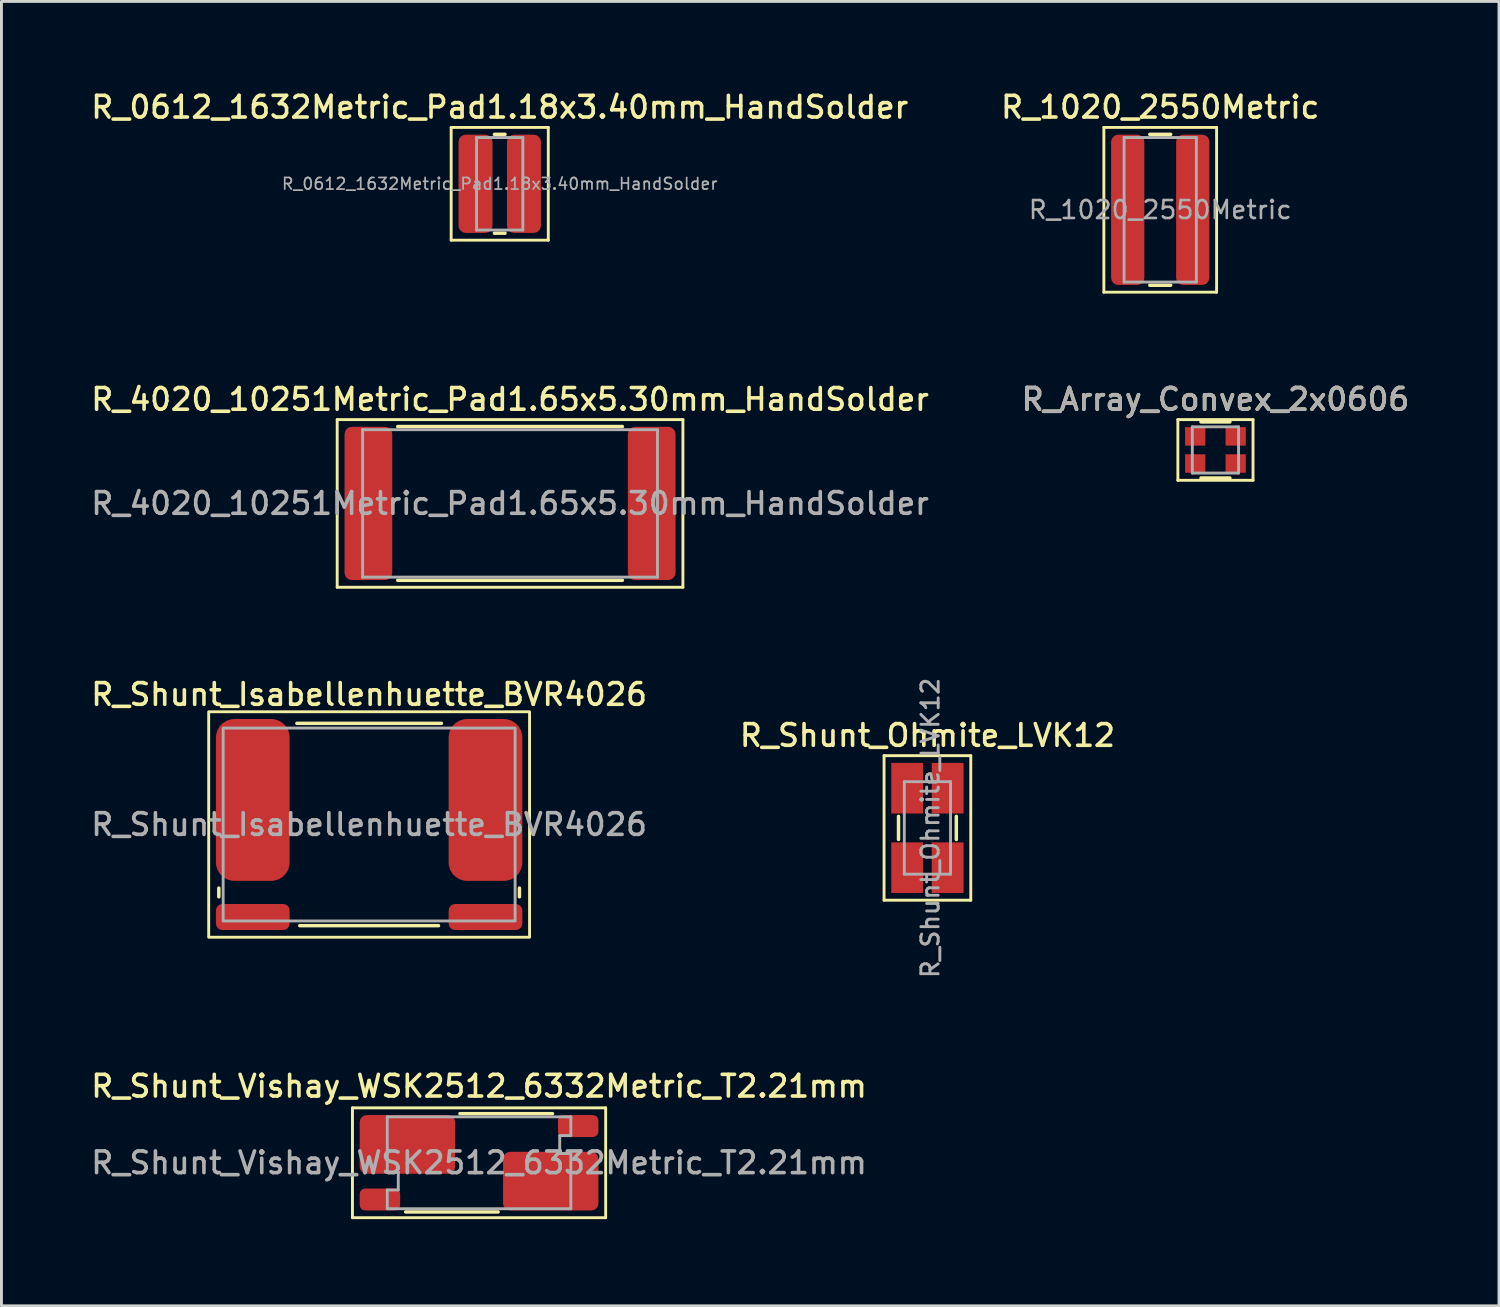
<source format=kicad_pcb>
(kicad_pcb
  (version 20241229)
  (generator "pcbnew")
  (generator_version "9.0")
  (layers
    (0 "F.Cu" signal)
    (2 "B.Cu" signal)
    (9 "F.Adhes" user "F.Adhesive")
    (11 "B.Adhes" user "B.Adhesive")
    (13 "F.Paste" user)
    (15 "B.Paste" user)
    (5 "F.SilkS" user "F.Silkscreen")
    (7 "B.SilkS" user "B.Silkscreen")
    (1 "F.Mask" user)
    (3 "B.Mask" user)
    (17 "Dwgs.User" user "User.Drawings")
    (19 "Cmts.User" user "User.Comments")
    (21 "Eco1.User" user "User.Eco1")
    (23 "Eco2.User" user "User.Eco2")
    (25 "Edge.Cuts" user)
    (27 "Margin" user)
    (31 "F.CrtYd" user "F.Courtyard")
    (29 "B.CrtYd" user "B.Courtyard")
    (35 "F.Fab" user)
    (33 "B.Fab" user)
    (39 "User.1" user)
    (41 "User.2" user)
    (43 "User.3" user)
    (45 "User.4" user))
  (footprint "R_Array_Convex_2x0606"
    (layer "F.Cu")
    (at 38.998 12.516)
    (property "Reference" "R_Array_Convex_2x0606" (at 0 -1.75 0) (layer "F.SilkS") (effects (font (size 0.75 0.75) (thickness 0.125))))
    (attr smd)
    (fp_line (start -1.3 -1.05) (end -1.3 1.05) (stroke (width 0.1) (type solid)) (layer "F.SilkS"))
    (fp_line (start -1.3 -1.05) (end 1.3 -1.05) (stroke (width 0.1) (type solid)) (layer "F.SilkS"))
    (fp_line (start 0.5 -0.97) (end -0.5 -0.97) (stroke (width 0.12) (type solid)) (layer "F.SilkS"))
    (fp_line (start 0.5 0.97) (end -0.5 0.97) (stroke (width 0.12) (type solid)) (layer "F.SilkS"))
    (fp_line (start 1.3 1.05) (end -1.3 1.05) (stroke (width 0.1) (type solid)) (layer "F.SilkS"))
    (fp_line (start 1.3 1.05) (end 1.3 -1.05) (stroke (width 0.1) (type solid)) (layer "F.SilkS"))
    (fp_line (start -0.8 -0.8) (end 0.8 -0.8) (stroke (width 0.1) (type solid)) (layer "F.Fab"))
    (fp_line (start -0.8 0.8) (end -0.8 -0.8) (stroke (width 0.1) (type solid)) (layer "F.Fab"))
    (fp_line (start 0.8 -0.8) (end 0.8 0.8) (stroke (width 0.1) (type solid)) (layer "F.Fab"))
    (fp_line (start 0.8 0.8) (end -0.8 0.8) (stroke (width 0.1) (type solid)) (layer "F.Fab"))
    (fp_text user "${REFERENCE}" (at 0 -1.75 0) (layer "F.Fab") (effects (font (size 0.75 0.75) (thickness 0.125))))
    (pad "1" smd rect (at -0.7 -0.47) (size 0.7 0.64) (layers "F.Cu" "F.Mask" "F.Paste"))
    (pad "2" smd rect (at -0.7 0.47) (size 0.7 0.64) (layers "F.Cu" "F.Mask" "F.Paste"))
    (pad "3" smd rect (at 0.7 0.47) (size 0.7 0.64) (layers "F.Cu" "F.Mask" "F.Paste"))
    (pad "4" smd rect (at 0.7 -0.47) (size 0.7 0.64) (layers "F.Cu" "F.Mask" "F.Paste")))
  (footprint "R_1020_2550Metric"
    (layer "F.Cu")
    (at 37.088 4.208)
    (property "Reference" "R_1020_2550Metric" (at 0 -3.55 0) (layer "F.SilkS") (effects (font (size 0.75 0.75) (thickness 0.125))))
    (attr smd)
    (fp_line (start -1.95 -2.85) (end 1.95 -2.85) (stroke (width 0.1) (type solid)) (layer "F.SilkS"))
    (fp_line (start -1.95 2.85) (end -1.95 -2.85) (stroke (width 0.1) (type solid)) (layer "F.SilkS"))
    (fp_line (start -0.361 -2.61) (end 0.361 -2.61) (stroke (width 0.12) (type solid)) (layer "F.SilkS"))
    (fp_line (start -0.361 2.61) (end 0.361 2.61) (stroke (width 0.12) (type solid)) (layer "F.SilkS"))
    (fp_line (start 1.95 -2.85) (end 1.95 2.85) (stroke (width 0.1) (type solid)) (layer "F.SilkS"))
    (fp_line (start 1.95 2.85) (end -1.95 2.85) (stroke (width 0.1) (type solid)) (layer "F.SilkS"))
    (fp_line (start -1.25 -2.5) (end 1.25 -2.5) (stroke (width 0.1) (type solid)) (layer "F.Fab"))
    (fp_line (start -1.25 2.5) (end -1.25 -2.5) (stroke (width 0.1) (type solid)) (layer "F.Fab"))
    (fp_line (start 1.25 -2.5) (end 1.25 2.5) (stroke (width 0.1) (type solid)) (layer "F.Fab"))
    (fp_line (start 1.25 2.5) (end -1.25 2.5) (stroke (width 0.1) (type solid)) (layer "F.Fab"))
    (fp_text user "${REFERENCE}" (at 0 0 0) (layer "F.Fab") (effects (font (size 0.62 0.62) (thickness 0.09))))
    (pad "1" smd roundrect (at -1.125 0) (size 1.15 5.2) (layers "F.Cu" "F.Mask" "F.Paste") (roundrect_rratio 0.217))
    (pad "2" smd roundrect (at 1.125 0) (size 1.15 5.2) (layers "F.Cu" "F.Mask" "F.Paste") (roundrect_rratio 0.217)))
  (footprint "R_0612_1632Metric_Pad1.18x3.40mm_HandSolder"
    (layer "F.Cu")
    (at 14.238 3.308)
    (property "Reference" "R_0612_1632Metric_Pad1.18x3.40mm_HandSolder" (at 0 -2.65 0) (layer "F.SilkS") (effects (font (size 0.75 0.75) (thickness 0.125))))
    (attr smd)
    (fp_line (start -1.68 -1.95) (end 1.68 -1.95) (stroke (width 0.1) (type solid)) (layer "F.SilkS"))
    (fp_line (start -1.68 1.95) (end -1.68 -1.95) (stroke (width 0.1) (type solid)) (layer "F.SilkS"))
    (fp_line (start -0.183 -1.71) (end 0.183 -1.71) (stroke (width 0.12) (type solid)) (layer "F.SilkS"))
    (fp_line (start -0.183 1.71) (end 0.183 1.71) (stroke (width 0.12) (type solid)) (layer "F.SilkS"))
    (fp_line (start 1.68 -1.95) (end 1.68 1.95) (stroke (width 0.1) (type solid)) (layer "F.SilkS"))
    (fp_line (start 1.68 1.95) (end -1.68 1.95) (stroke (width 0.1) (type solid)) (layer "F.SilkS"))
    (fp_line (start -0.8 -1.6) (end 0.8 -1.6) (stroke (width 0.1) (type solid)) (layer "F.Fab"))
    (fp_line (start -0.8 1.6) (end -0.8 -1.6) (stroke (width 0.1) (type solid)) (layer "F.Fab"))
    (fp_line (start 0.8 -1.6) (end 0.8 1.6) (stroke (width 0.1) (type solid)) (layer "F.Fab"))
    (fp_line (start 0.8 1.6) (end -0.8 1.6) (stroke (width 0.1) (type solid)) (layer "F.Fab"))
    (fp_text user "${REFERENCE}" (at 0 0 0) (layer "F.Fab") (effects (font (size 0.4 0.4) (thickness 0.06))))
    (pad "1" smd roundrect (at -0.838 0) (size 1.175 3.4) (layers "F.Cu" "F.Mask" "F.Paste") (roundrect_rratio 0.213))
    (pad "2" smd roundrect (at 0.838 0) (size 1.175 3.4) (layers "F.Cu" "F.Mask" "F.Paste") (roundrect_rratio 0.213)))
  (footprint "R_Shunt_Ohmite_LVK12"
    (layer "F.Cu")
    (at 29.034 25.592)
    (property "Reference" "R_Shunt_Ohmite_LVK12" (at 0 -3.2 180) (layer "F.SilkS") (effects (font (size 0.75 0.75) (thickness 0.125))))
    (attr smd)
    (fp_line (start -1.5 -2.5) (end 1.5 -2.5) (stroke (width 0.1) (type solid)) (layer "F.SilkS"))
    (fp_line (start -1.5 2.5) (end -1.5 -2.5) (stroke (width 0.1) (type solid)) (layer "F.SilkS"))
    (fp_line (start -1 0.4) (end -1 -0.4) (stroke (width 0.12) (type solid)) (layer "F.SilkS"))
    (fp_line (start 1 -0.4) (end 1 0.4) (stroke (width 0.12) (type solid)) (layer "F.SilkS"))
    (fp_line (start 1.5 -2.5) (end 1.5 2.5) (stroke (width 0.1) (type solid)) (layer "F.SilkS"))
    (fp_line (start 1.5 2.5) (end -1.5 2.5) (stroke (width 0.1) (type solid)) (layer "F.SilkS"))
    (fp_line (start -0.8 -1.6) (end -0.8 1.6) (stroke (width 0.1) (type solid)) (layer "F.Fab"))
    (fp_line (start -0.8 1.6) (end 0.8 1.6) (stroke (width 0.1) (type solid)) (layer "F.Fab"))
    (fp_line (start 0.8 -1.6) (end -0.8 -1.6) (stroke (width 0.1) (type solid)) (layer "F.Fab"))
    (fp_line (start 0.8 1.6) (end 0.8 -1.6) (stroke (width 0.1) (type solid)) (layer "F.Fab"))
    (fp_text user "${REFERENCE}" (at 0.1 0 90) (layer "F.Fab") (effects (font (size 0.6 0.6) (thickness 0.1))))
    (pad "1" smd rect (at -0.7 -1.375) (size 1.1 1.75) (layers "F.Cu" "F.Mask" "F.Paste"))
    (pad "2" smd rect (at 0.7 -1.375) (size 1.1 1.75) (layers "F.Cu" "F.Mask" "F.Paste"))
    (pad "3" smd rect (at 0.7 1.375) (size 1.1 1.75) (layers "F.Cu" "F.Mask" "F.Paste"))
    (pad "4" smd rect (at -0.7 1.375) (size 1.1 1.75) (layers "F.Cu" "F.Mask" "F.Paste")))
  (footprint "R_Shunt_Vishay_WSK2512_6332Metric_T2.21mm"
    (layer "F.Cu")
    (at 13.523 37.176)
    (property "Reference" "R_Shunt_Vishay_WSK2512_6332Metric_T2.21mm" (at 0 -2.65 0) (layer "F.SilkS") (effects (font (size 0.75 0.75) (thickness 0.125))))
    (attr smd)
    (fp_line (start -4.38 -1.9) (end 4.38 -1.9) (stroke (width 0.1) (type solid)) (layer "F.SilkS"))
    (fp_line (start -4.38 1.9) (end -4.38 -1.9) (stroke (width 0.1) (type solid)) (layer "F.SilkS"))
    (fp_line (start -2.54 1.7) (end 0.66 1.7) (stroke (width 0.12) (type solid)) (layer "F.SilkS"))
    (fp_line (start -0.66 -1.7) (end 2.54 -1.7) (stroke (width 0.12) (type solid)) (layer "F.SilkS"))
    (fp_line (start 4.38 -1.9) (end 4.38 1.9) (stroke (width 0.1) (type solid)) (layer "F.SilkS"))
    (fp_line (start 4.38 1.9) (end -4.38 1.9) (stroke (width 0.1) (type solid)) (layer "F.SilkS"))
    (fp_line (start -3.175 -1.59) (end 3.175 -1.59) (stroke (width 0.1) (type solid)) (layer "F.Fab"))
    (fp_line (start -3.175 0.32) (end -3.175 -1.59) (stroke (width 0.1) (type solid)) (layer "F.Fab"))
    (fp_line (start -3.175 0.32) (end -2.795 0.32) (stroke (width 0.1) (type solid)) (layer "F.Fab"))
    (fp_line (start -3.175 0.94) (end -3.175 1.59) (stroke (width 0.1) (type solid)) (layer "F.Fab"))
    (fp_line (start -3.175 0.94) (end -2.795 0.94) (stroke (width 0.1) (type solid)) (layer "F.Fab"))
    (fp_line (start -2.795 0.94) (end -2.795 0.32) (stroke (width 0.1) (type solid)) (layer "F.Fab"))
    (fp_line (start 2.79 -0.94) (end 3.17 -0.94) (stroke (width 0.1) (type solid)) (layer "F.Fab"))
    (fp_line (start 2.79 -0.32) (end 2.79 -0.94) (stroke (width 0.1) (type solid)) (layer "F.Fab"))
    (fp_line (start 2.79 -0.32) (end 3.17 -0.32) (stroke (width 0.1) (type solid)) (layer "F.Fab"))
    (fp_line (start 3.175 -0.94) (end 3.175 -1.59) (stroke (width 0.1) (type solid)) (layer "F.Fab"))
    (fp_line (start 3.175 -0.32) (end 3.175 1.59) (stroke (width 0.1) (type solid)) (layer "F.Fab"))
    (fp_line (start 3.175 1.59) (end -3.175 1.59) (stroke (width 0.1) (type solid)) (layer "F.Fab"))
    (fp_text user "${REFERENCE}" (at 0 0 0) (layer "F.Fab") (effects (font (size 0.75 0.75) (thickness 0.125))))
    (pad "1" smd roundrect (at -2.48 -0.635) (size 3.3 2.03) (layers "F.Cu" "F.Mask" "F.Paste") (roundrect_rratio 0.12))
    (pad "2" smd roundrect (at -3.43 1.27) (size 1.4 0.76) (layers "F.Cu" "F.Mask" "F.Paste") (roundrect_rratio 0.25))
    (pad "3" smd roundrect (at 3.43 -1.27) (size 1.4 0.76) (layers "F.Cu" "F.Mask" "F.Paste") (roundrect_rratio 0.25))
    (pad "4" smd roundrect (at 2.48 0.635) (size 3.3 2.03) (layers "F.Cu" "F.Mask" "F.Paste") (roundrect_rratio 0.12)))
  (footprint "R_Shunt_Isabellenhuette_BVR4026"
    (layer "F.Cu")
    (at 9.72 25.474)
    (property "Reference" "R_Shunt_Isabellenhuette_BVR4026" (at 0 -4.5 0) (layer "F.SilkS") (effects (font (size 0.75 0.75) (thickness 0.125))))
    (attr smd)
    (fp_line (start -5.2 2.2) (end -5.2 2.5) (stroke (width 0.12) (type default)) (layer "F.SilkS"))
    (fp_line (start -2.5 -3.5) (end 2.5 -3.5) (stroke (width 0.12) (type default)) (layer "F.SilkS"))
    (fp_line (start -2.4 3.5) (end 2.4 3.5) (stroke (width 0.12) (type default)) (layer "F.SilkS"))
    (fp_line (start 5.2 2.2) (end 5.2 2.5) (stroke (width 0.12) (type default)) (layer "F.SilkS"))
    (fp_rect (start -5.55 -3.9) (end 5.55 3.9) (stroke (width 0.1) (type default)) (fill no) (layer "F.SilkS"))
    (fp_rect (start -5.05 -3.337) (end 5.05 3.337) (stroke (width 0.1) (type default)) (fill no) (layer "F.Fab"))
    (fp_text user "${REFERENCE}" (at 0 0 0) (layer "F.Fab") (effects (font (size 0.75 0.75) (thickness 0.125))))
    (pad "1" smd roundrect (at -4.025 -0.85) (size 2.55 5.6) (layers "F.Cu" "F.Mask" "F.Paste") (roundrect_rratio 0.25))
    (pad "2" smd roundrect (at -4.025 3.2) (size 2.55 0.9) (layers "F.Cu" "F.Mask" "F.Paste") (roundrect_rratio 0.25))
    (pad "3" smd roundrect (at 4.025 3.2) (size 2.55 0.9) (layers "F.Cu" "F.Mask" "F.Paste") (roundrect_rratio 0.25))
    (pad "4" smd roundrect (at 4.025 -0.85) (size 2.55 5.6) (layers "F.Cu" "F.Mask" "F.Paste") (roundrect_rratio 0.25)))
  (footprint "R_4020_10251Metric_Pad1.65x5.30mm_HandSolder"
    (layer "F.Cu")
    (at 14.595 14.366)
    (property "Reference" "R_4020_10251Metric_Pad1.65x5.30mm_HandSolder" (at 0 -3.6 0) (layer "F.SilkS") (effects (font (size 0.75 0.75) (thickness 0.125))))
    (attr smd)
    (fp_line (start -5.98 -2.9) (end 5.98 -2.9) (stroke (width 0.1) (type solid)) (layer "F.SilkS"))
    (fp_line (start -5.98 2.9) (end -5.98 -2.9) (stroke (width 0.1) (type solid)) (layer "F.SilkS"))
    (fp_line (start -3.886 -2.66) (end 3.886 -2.66) (stroke (width 0.12) (type solid)) (layer "F.SilkS"))
    (fp_line (start -3.886 2.66) (end 3.886 2.66) (stroke (width 0.12) (type solid)) (layer "F.SilkS"))
    (fp_line (start 5.98 -2.9) (end 5.98 2.9) (stroke (width 0.1) (type solid)) (layer "F.SilkS"))
    (fp_line (start 5.98 2.9) (end -5.98 2.9) (stroke (width 0.1) (type solid)) (layer "F.SilkS"))
    (fp_line (start -5.1 -2.55) (end 5.1 -2.55) (stroke (width 0.1) (type solid)) (layer "F.Fab"))
    (fp_line (start -5.1 2.55) (end -5.1 -2.55) (stroke (width 0.1) (type solid)) (layer "F.Fab"))
    (fp_line (start 5.1 -2.55) (end 5.1 2.55) (stroke (width 0.1) (type solid)) (layer "F.Fab"))
    (fp_line (start 5.1 2.55) (end -5.1 2.55) (stroke (width 0.1) (type solid)) (layer "F.Fab"))
    (fp_text user "${REFERENCE}" (at 0 0 0) (layer "F.Fab") (effects (font (size 0.75 0.75) (thickness 0.125))))
    (pad "1" smd roundrect (at -4.9 0) (size 1.65 5.3) (layers "F.Cu" "F.Mask" "F.Paste") (roundrect_rratio 0.152))
    (pad "2" smd roundrect (at 4.9 0) (size 1.65 5.3) (layers "F.Cu" "F.Mask" "F.Paste") (roundrect_rratio 0.152)))
  (gr_rect
    (start -3 -3)
    (end 48.807 42.126)
    (stroke (width 0.1) (type default))
    (fill no)
    (layer "Edge.Cuts")))
</source>
